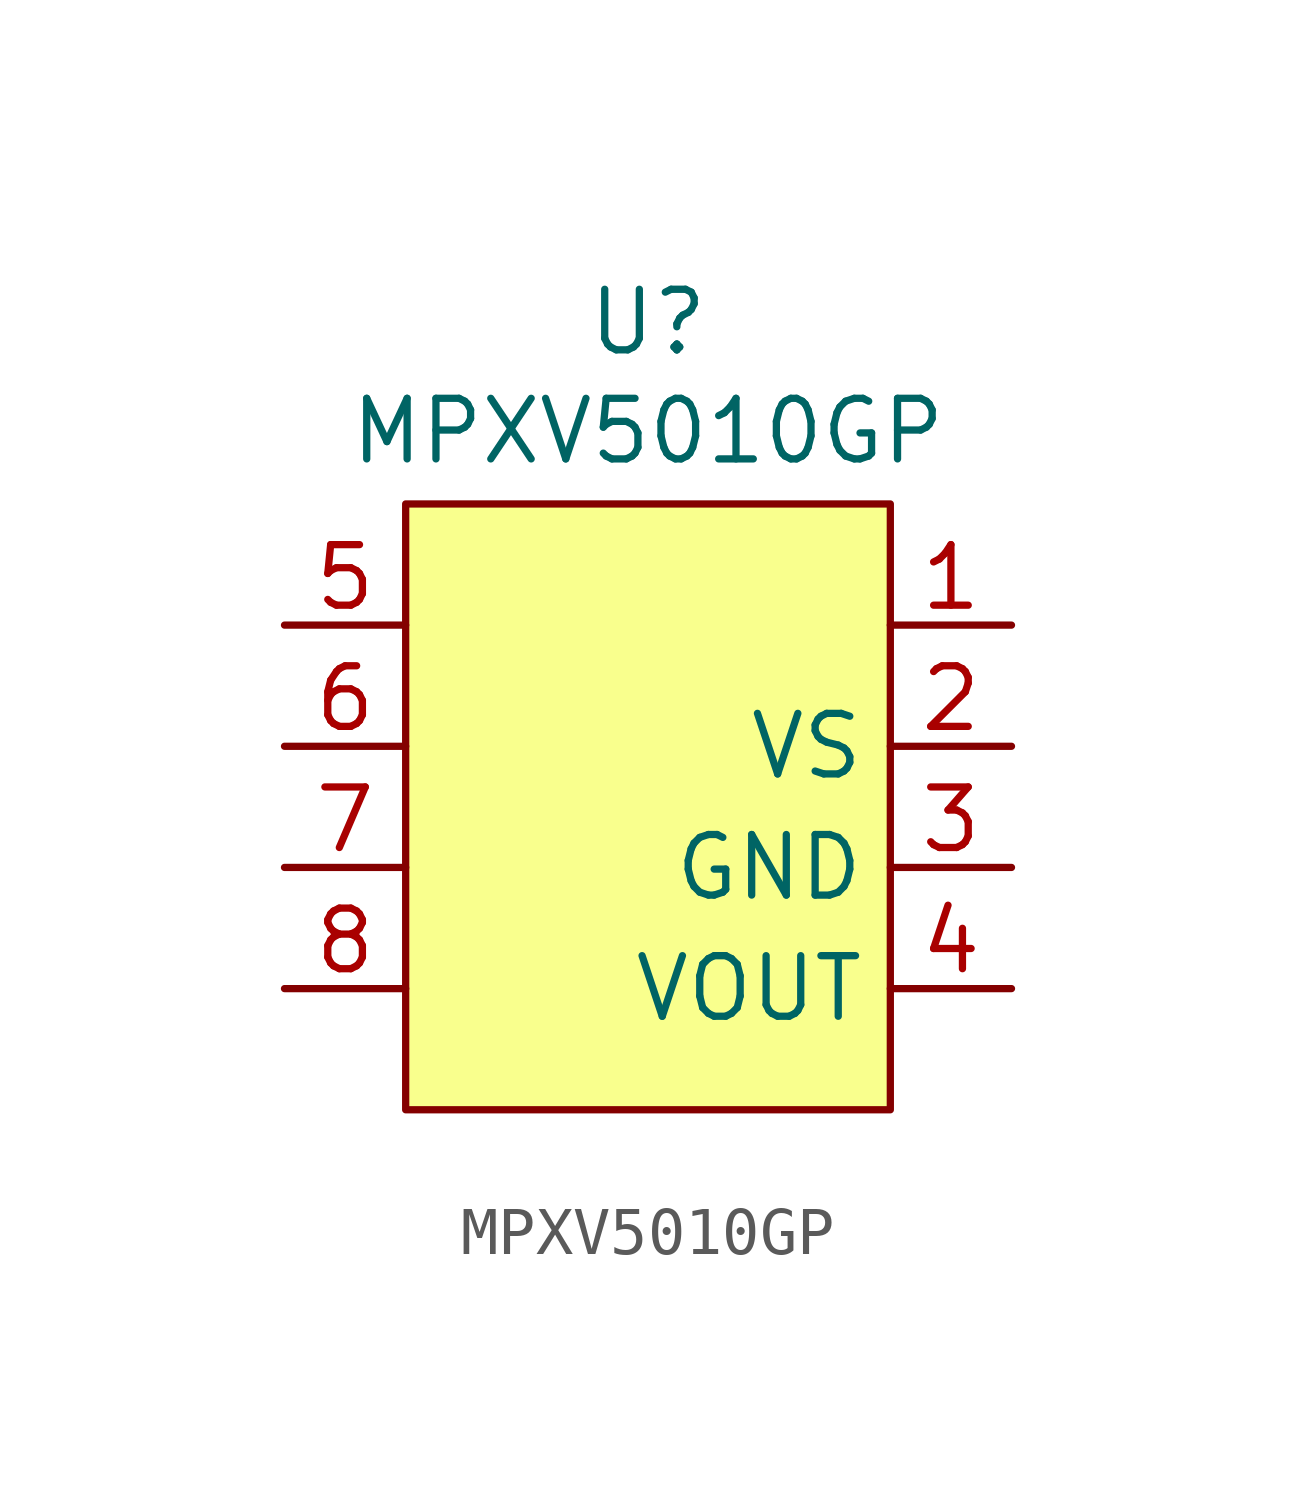
<source format=kicad_sym>
(kicad_symbol_lib
  (version 20241209)
  (generator "kicad_symbol_editor")
  (generator_version "9.0")
  (symbol "MPXV5010GP"
    (property "Reference" "U"
      (at 0 0 0)
      (effects (font (size 1.27 1.27))))
    (property "Value" "MPXV5010GP"
      (at 0 -2.286 0)
      (effects (font (size 1.27 1.27))))
    (symbol "MPXV5010GP_0_1"
      (rectangle (start -5.08 -3.81) (end 5.08 -16.51) (stroke (width 0) (type default)) (fill (type color) (color 249 255 141 1))))
    (symbol "MPXV5010GP_1_1"
      (pin input line (at -7.62 -6.35 0) (length 2.54) (name "" (effects (font (size 1.27 1.27)))) (number "5" (effects (font (size 1.27 1.27)))))
      (pin input line (at -7.62 -8.89 0) (length 2.54) (name "" (effects (font (size 1.27 1.27)))) (number "6" (effects (font (size 1.27 1.27)))))
      (pin input line (at -7.62 -11.43 0) (length 2.54) (name "" (effects (font (size 1.27 1.27)))) (number "7" (effects (font (size 1.27 1.27)))))
      (pin input line (at -7.62 -13.97 0) (length 2.54) (name "" (effects (font (size 1.27 1.27)))) (number "8" (effects (font (size 1.27 1.27)))))
      (pin input line (at 7.62 -6.35 180) (length 2.54) (name "" (effects (font (size 1.27 1.27)))) (number "1" (effects (font (size 1.27 1.27)))))
      (pin input line (at 7.62 -8.89 180) (length 2.54) (name "VS" (effects (font (size 1.27 1.27)))) (number "2" (effects (font (size 1.27 1.27)))))
      (pin input line (at 7.62 -11.43 180) (length 2.54) (name "GND" (effects (font (size 1.27 1.27)))) (number "3" (effects (font (size 1.27 1.27)))))
      (pin input line (at 7.62 -13.97 180) (length 2.54) (name "VOUT" (effects (font (size 1.27 1.27)))) (number "4" (effects (font (size 1.27 1.27))))))))
</source>
